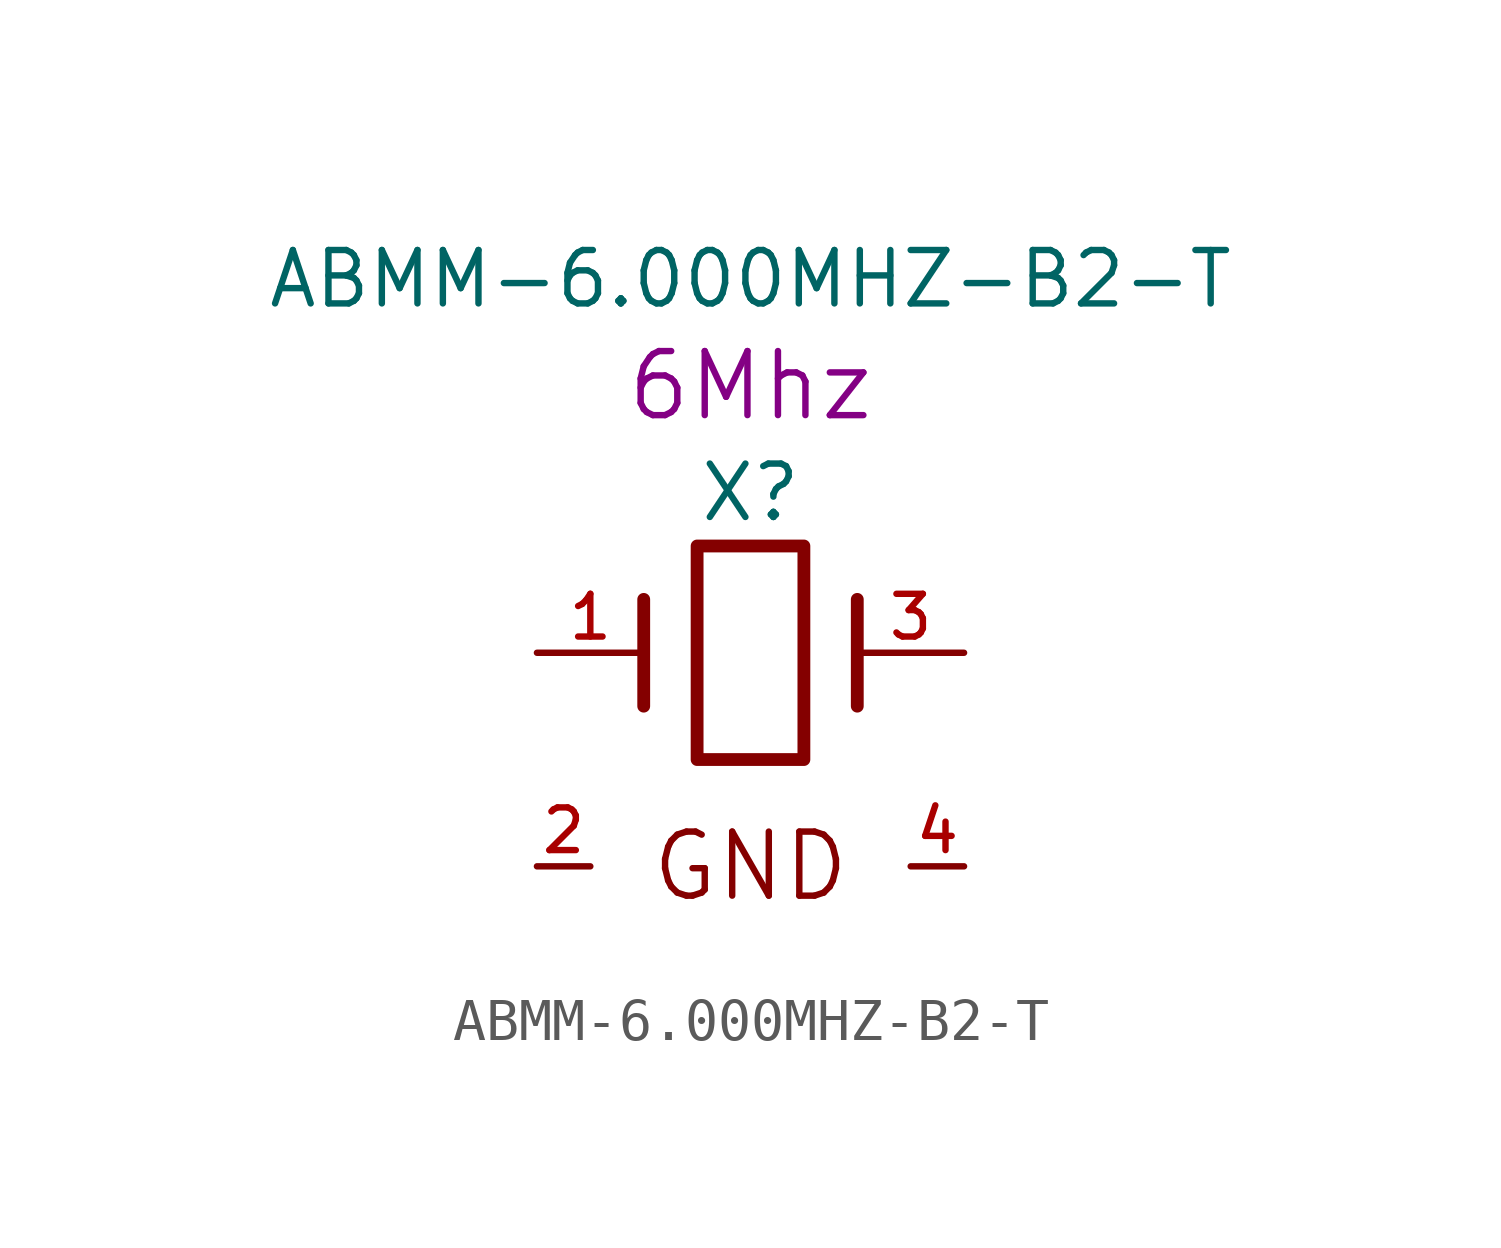
<source format=kicad_sym>
(kicad_symbol_lib
  (version 20220914)
  (generator kicad_symbol_editor)
  (symbol "ABMM-6.000MHZ-B2-T"
    (pin_names
      (offset 1.016) hide)
    (property "Reference" "X"
      (at 0 3.81 0)
      (effects (font (size 1.27 1.27))))
    (property "Value" "ABMM-6.000MHZ-B2-T"
      (at 0 8.89 0)
      (effects (font (size 1.27 1.27))))
    (property "Datasheet" ""
      (at 0 3.81 0)
      (effects (font (size 1.27 1.27))))
    (property "Value2" "6Mhz"
      (at 0 6.35 0)
      (effects (font (size 1.524 1.524))))
    (symbol "ABMM-6.000MHZ-B2-T_0_0"
      (text "GND" (at 0 -5.08 0) (effects (font (size 1.524 1.524)))))
    (symbol "ABMM-6.000MHZ-B2-T_0_1"
      (rectangle (start -1.27 2.54) (end 1.27 -2.54) (stroke (width 0.305) (type solid)) (fill (type none)))
      (polyline (pts (xy -2.54 -1.27) (xy -2.54 1.27)) (stroke (width 0.305) (type solid)) (fill (type none)))
      (polyline (pts (xy 2.54 -1.27) (xy 2.54 1.27)) (stroke (width 0.305) (type solid)) (fill (type none))))
    (symbol "ABMM-6.000MHZ-B2-T_1_1"
      (pin passive line (at -5.08 0 0) (length 2.54) (name "1" (effects (font (size 1.016 1.016)))) (number "1" (effects (font (size 1.016 1.016)))))
      (pin passive line (at -5.08 -5.08 0) (length 1.27) (name "GND" (effects (font (size 1.016 1.016)))) (number "2" (effects (font (size 1.016 1.016)))))
      (pin passive line (at 5.08 0 180) (length 2.54) (name "3" (effects (font (size 1.016 1.016)))) (number "3" (effects (font (size 1.016 1.016)))))
      (pin passive line (at 5.08 -5.08 180) (length 1.27) (name "GND" (effects (font (size 1.016 1.016)))) (number "4" (effects (font (size 1.016 1.016))))))))
</source>
